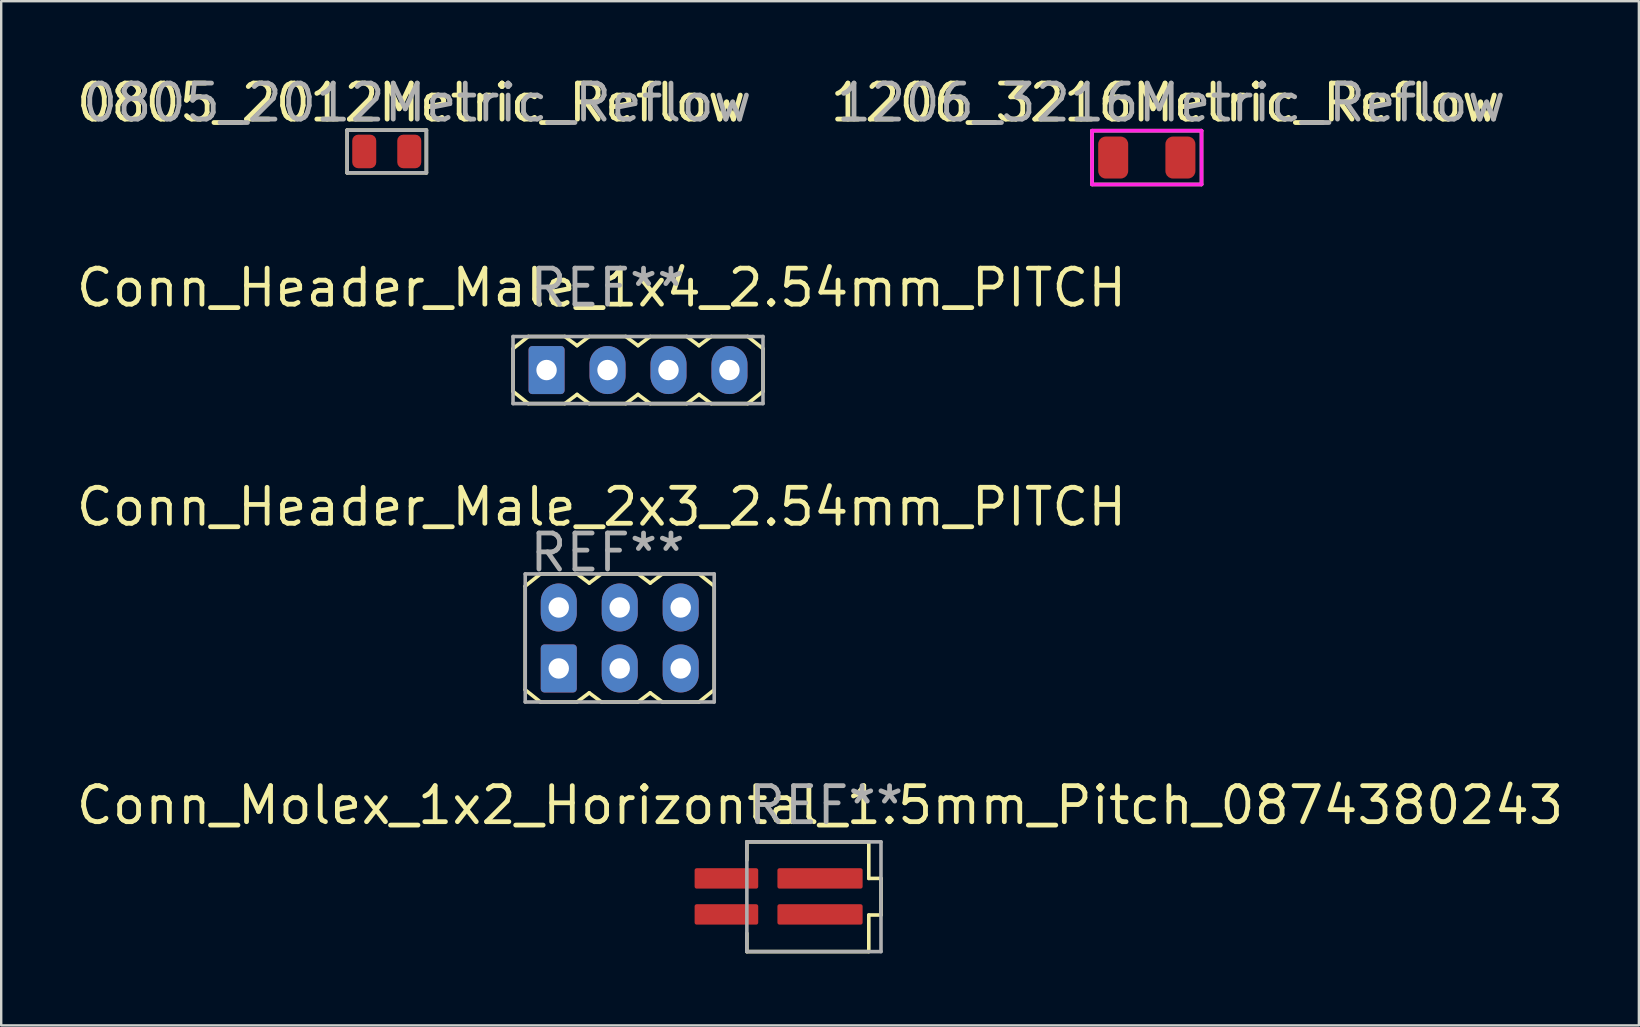
<source format=kicad_pcb>
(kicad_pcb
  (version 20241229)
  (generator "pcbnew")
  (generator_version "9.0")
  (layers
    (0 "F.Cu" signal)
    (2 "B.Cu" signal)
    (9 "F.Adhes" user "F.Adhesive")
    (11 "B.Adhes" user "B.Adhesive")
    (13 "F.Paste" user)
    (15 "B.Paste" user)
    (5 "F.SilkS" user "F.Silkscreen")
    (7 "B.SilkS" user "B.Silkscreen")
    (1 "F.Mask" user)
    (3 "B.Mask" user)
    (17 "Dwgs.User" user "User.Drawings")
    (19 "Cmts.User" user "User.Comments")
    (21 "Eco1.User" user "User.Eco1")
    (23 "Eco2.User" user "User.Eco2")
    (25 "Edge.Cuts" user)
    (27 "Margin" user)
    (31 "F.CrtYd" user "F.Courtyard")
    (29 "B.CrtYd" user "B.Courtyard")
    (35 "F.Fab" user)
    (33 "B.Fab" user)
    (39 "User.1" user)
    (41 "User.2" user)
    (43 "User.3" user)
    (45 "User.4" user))
  (footprint "0805_2012Metric_Reflow"
    (layer "F.Cu")
    (at 13.063 3.26)
    (property "Reference" "0805_2012Metric_Reflow" (at 1.016 -2.032 0) (layer "F.SilkS") (effects (font (size 1.5 1.5) (thickness 0.2))))
    (attr smd)
    (fp_line (start -1.651 -0.889) (end 1.651 -0.889) (stroke (width 0.15) (type solid)) (layer "F.SilkS"))
    (fp_line (start -1.651 0.889) (end -1.651 -0.889) (stroke (width 0.15) (type solid)) (layer "F.SilkS"))
    (fp_line (start 1.651 -0.889) (end 1.651 0.889) (stroke (width 0.15) (type solid)) (layer "F.SilkS"))
    (fp_line (start 1.651 0.889) (end -1.651 0.889) (stroke (width 0.15) (type solid)) (layer "F.SilkS"))
    (fp_line (start -1.651 -0.889) (end 1.651 -0.889) (stroke (width 0.15) (type solid)) (layer "F.Fab"))
    (fp_line (start -1.651 0.889) (end -1.651 -0.889) (stroke (width 0.15) (type solid)) (layer "F.Fab"))
    (fp_line (start 1.651 -0.889) (end 1.651 0.889) (stroke (width 0.15) (type solid)) (layer "F.Fab"))
    (fp_line (start 1.651 0.889) (end -1.651 0.889) (stroke (width 0.15) (type solid)) (layer "F.Fab"))
    (fp_text user "${REFERENCE}" (at 1.27 -2.032 0) (layer "F.Fab") (effects (font (size 1.5 1.5) (thickness 0.2))))
    (pad "1" smd roundrect (at -0.938 0) (size 1 1.4) (layers "F.Cu" "F.Mask" "F.Paste") (roundrect_rratio 0.25))
    (pad "2" smd roundrect (at 0.938 0) (size 1 1.4) (layers "F.Cu" "F.Mask" "F.Paste") (roundrect_rratio 0.25)))
  (footprint "Conn_Molex_1x2_Horizontal_1.5mm_Pitch_0874380243"
    (layer "F.Cu")
    (at 31.114 33.547)
    (property "Reference" "Conn_Molex_1x2_Horizontal_1.5mm_Pitch_0874380243" (at 0 -3.048 0) (layer "F.SilkS") (effects (font (size 1.5 1.5) (thickness 0.2))))
    (attr through_hole)
    (fp_line (start -3.048 -1.524) (end -3.048 -0.762) (stroke (width 0.15) (type solid)) (layer "F.SilkS"))
    (fp_line (start -3.048 3.048) (end -3.048 2.286) (stroke (width 0.15) (type solid)) (layer "F.SilkS"))
    (fp_line (start 2.032 -1.524) (end -3.048 -1.524) (stroke (width 0.15) (type solid)) (layer "F.SilkS"))
    (fp_line (start 2.032 0) (end 2.032 -1.524) (stroke (width 0.15) (type solid)) (layer "F.SilkS"))
    (fp_line (start 2.032 1.524) (end 2.032 3.048) (stroke (width 0.15) (type solid)) (layer "F.SilkS"))
    (fp_line (start 2.032 3.048) (end -3.048 3.048) (stroke (width 0.15) (type solid)) (layer "F.SilkS"))
    (fp_line (start 2.54 0) (end 2.032 0) (stroke (width 0.15) (type solid)) (layer "F.SilkS"))
    (fp_line (start 2.54 0) (end 2.54 1.524) (stroke (width 0.15) (type solid)) (layer "F.SilkS"))
    (fp_line (start 2.54 1.524) (end 2.032 1.524) (stroke (width 0.15) (type solid)) (layer "F.SilkS"))
    (fp_line (start -3.048 -1.524) (end -3.048 3.048) (stroke (width 0.15) (type solid)) (layer "F.Fab"))
    (fp_line (start -3.048 3.048) (end 2.54 3.048) (stroke (width 0.15) (type solid)) (layer "F.Fab"))
    (fp_line (start 2.54 -1.524) (end -3.048 -1.524) (stroke (width 0.15) (type solid)) (layer "F.Fab"))
    (fp_line (start 2.54 3.048) (end 2.54 -1.524) (stroke (width 0.15) (type solid)) (layer "F.Fab"))
    (fp_text user "REF**" (at 0.254 -3.048 0) (layer "F.Fab") (effects (font (size 1.5 1.5) (thickness 0.2))))
    (pad "" smd roundrect (at 0 0) (size 3.55 0.85) (layers "F.Cu" "F.Mask" "F.Paste") (roundrect_rratio 0.1))
    (pad "" smd roundrect (at 0 1.5) (size 3.55 0.85) (layers "F.Cu" "F.Mask" "F.Paste") (roundrect_rratio 0.1))
    (pad "1" smd roundrect (at -3.9 1.5) (size 2.65 0.85) (layers "F.Cu" "F.Mask" "F.Paste") (roundrect_rratio 0.1))
    (pad "2" smd roundrect (at -3.9 0) (size 2.65 0.85) (layers "F.Cu" "F.Mask" "F.Paste") (roundrect_rratio 0.1)))
  (footprint "Conn_Header_Male_2x3_2.54mm_PITCH"
    (layer "F.Cu")
    (at 20.229 22.259)
    (property "Reference" "Conn_Header_Male_2x3_2.54mm_PITCH" (at 1.778 -4.191 0) (layer "F.SilkS") (effects (font (size 1.5 1.5) (thickness 0.2))))
    (attr through_hole)
    (fp_line (start -1.397 -0.889) (end -1.397 3.429) (stroke (width 0.15) (type solid)) (layer "F.SilkS"))
    (fp_line (start -1.397 -0.889) (end -0.762 -1.397) (stroke (width 0.15) (type solid)) (layer "F.SilkS"))
    (fp_line (start -1.397 3.429) (end -0.762 3.937) (stroke (width 0.15) (type solid)) (layer "F.SilkS"))
    (fp_line (start -0.762 -1.397) (end 0.762 -1.397) (stroke (width 0.15) (type solid)) (layer "F.SilkS"))
    (fp_line (start 0.762 3.937) (end -0.762 3.937) (stroke (width 0.15) (type solid)) (layer "F.SilkS"))
    (fp_line (start 1.27 -1.016) (end 0.762 -1.397) (stroke (width 0.15) (type solid)) (layer "F.SilkS"))
    (fp_line (start 1.27 -1.016) (end 1.778 -1.397) (stroke (width 0.15) (type solid)) (layer "F.SilkS"))
    (fp_line (start 1.27 3.556) (end 0.762 3.937) (stroke (width 0.15) (type solid)) (layer "F.SilkS"))
    (fp_line (start 1.27 3.556) (end 1.778 3.937) (stroke (width 0.15) (type solid)) (layer "F.SilkS"))
    (fp_line (start 1.778 -1.397) (end 3.302 -1.397) (stroke (width 0.15) (type solid)) (layer "F.SilkS"))
    (fp_line (start 3.302 3.937) (end 1.778 3.937) (stroke (width 0.15) (type solid)) (layer "F.SilkS"))
    (fp_line (start 3.81 -1.016) (end 3.302 -1.397) (stroke (width 0.15) (type solid)) (layer "F.SilkS"))
    (fp_line (start 3.81 -1.016) (end 4.318 -1.397) (stroke (width 0.15) (type solid)) (layer "F.SilkS"))
    (fp_line (start 3.81 3.556) (end 3.302 3.937) (stroke (width 0.15) (type solid)) (layer "F.SilkS"))
    (fp_line (start 3.81 3.556) (end 4.318 3.937) (stroke (width 0.15) (type solid)) (layer "F.SilkS"))
    (fp_line (start 4.318 -1.397) (end 5.842 -1.397) (stroke (width 0.15) (type solid)) (layer "F.SilkS"))
    (fp_line (start 5.842 3.937) (end 4.318 3.937) (stroke (width 0.15) (type solid)) (layer "F.SilkS"))
    (fp_line (start 6.477 -0.889) (end 5.842 -1.397) (stroke (width 0.15) (type solid)) (layer "F.SilkS"))
    (fp_line (start 6.477 -0.889) (end 6.477 3.429) (stroke (width 0.15) (type solid)) (layer "F.SilkS"))
    (fp_line (start 6.477 3.429) (end 5.842 3.937) (stroke (width 0.15) (type solid)) (layer "F.SilkS"))
    (fp_line (start -1.397 -1.397) (end -1.397 3.937) (stroke (width 0.15) (type solid)) (layer "F.Fab"))
    (fp_line (start -1.397 3.937) (end 6.477 3.937) (stroke (width 0.15) (type solid)) (layer "F.Fab"))
    (fp_line (start 6.477 -1.397) (end -1.397 -1.397) (stroke (width 0.15) (type solid)) (layer "F.Fab"))
    (fp_line (start 6.477 3.937) (end 6.477 -1.397) (stroke (width 0.15) (type solid)) (layer "F.Fab"))
    (fp_text user "REF**" (at 2.032 -2.286 0) (layer "F.Fab") (effects (font (size 1.5 1.5) (thickness 0.2))))
    (pad "1" thru_hole roundrect (at 0 2.54) (size 1.5 2) (drill 0.85) (layers "*.Cu" "*.Mask") (roundrect_rratio 0.1))
    (pad "2" thru_hole oval (at 0 0) (size 1.5 2) (drill 0.85) (layers "*.Cu" "*.Mask"))
    (pad "3" thru_hole oval (at 2.54 2.54) (size 1.5 2) (drill 0.85) (layers "*.Cu" "*.Mask"))
    (pad "4" thru_hole oval (at 2.54 0) (size 1.5 2) (drill 0.85) (layers "*.Cu" "*.Mask"))
    (pad "5" thru_hole oval (at 5.08 2.54) (size 1.5 2) (drill 0.85) (layers "*.Cu" "*.Mask"))
    (pad "6" thru_hole oval (at 5.08 0) (size 1.5 2) (drill 0.85) (layers "*.Cu" "*.Mask")))
  (footprint "1206_3216Metric_Reflow"
    (layer "F.Cu")
    (at 44.728 3.514)
    (property "Reference" "1206_3216Metric_Reflow" (at 0.762 -2.286 0) (layer "F.SilkS") (effects (font (size 1.5 1.5) (thickness 0.2))))
    (attr smd)
    (fp_line (start -2.28 -1.12) (end 2.28 -1.12) (stroke (width 0.15) (type solid)) (layer "F.SilkS"))
    (fp_line (start -2.28 1.12) (end -2.28 -1.12) (stroke (width 0.15) (type solid)) (layer "F.SilkS"))
    (fp_line (start 2.28 -1.12) (end 2.28 1.12) (stroke (width 0.15) (type solid)) (layer "F.SilkS"))
    (fp_line (start 2.28 1.12) (end -2.28 1.12) (stroke (width 0.15) (type solid)) (layer "F.SilkS"))
    (fp_line (start -2.28 -1.12) (end 2.28 -1.12) (stroke (width 0.15) (type solid)) (layer "F.CrtYd"))
    (fp_line (start -2.28 1.12) (end -2.28 -1.12) (stroke (width 0.15) (type solid)) (layer "F.CrtYd"))
    (fp_line (start 2.28 -1.12) (end 2.28 1.12) (stroke (width 0.15) (type solid)) (layer "F.CrtYd"))
    (fp_line (start 2.28 1.12) (end -2.28 1.12) (stroke (width 0.15) (type solid)) (layer "F.CrtYd"))
    (fp_text user "${REFERENCE}" (at 1.016 -2.286 0) (layer "F.Fab") (effects (font (size 1.5 1.5) (thickness 0.2))))
    (pad "1" smd roundrect (at -1.4 0) (size 1.25 1.75) (layers "F.Cu" "F.Mask" "F.Paste") (roundrect_rratio 0.25))
    (pad "2" smd roundrect (at 1.4 0) (size 1.25 1.75) (layers "F.Cu" "F.Mask" "F.Paste") (roundrect_rratio 0.25)))
  (footprint "Conn_Header_Male_1x4_2.54mm_PITCH"
    (layer "F.Cu")
    (at 19.721 12.367)
    (property "Reference" "Conn_Header_Male_1x4_2.54mm_PITCH" (at 2.286 -3.429 0) (layer "F.SilkS") (effects (font (size 1.5 1.5) (thickness 0.2))))
    (attr through_hole)
    (fp_line (start -1.397 -0.889) (end -1.397 0.889) (stroke (width 0.15) (type solid)) (layer "F.SilkS"))
    (fp_line (start -1.397 -0.889) (end -0.762 -1.397) (stroke (width 0.15) (type solid)) (layer "F.SilkS"))
    (fp_line (start -1.397 0.889) (end -0.762 1.397) (stroke (width 0.15) (type solid)) (layer "F.SilkS"))
    (fp_line (start -0.762 -1.397) (end 0.762 -1.397) (stroke (width 0.15) (type solid)) (layer "F.SilkS"))
    (fp_line (start -0.762 1.397) (end 0.762 1.397) (stroke (width 0.15) (type solid)) (layer "F.SilkS"))
    (fp_line (start 1.27 -1.016) (end 0.762 -1.397) (stroke (width 0.15) (type solid)) (layer "F.SilkS"))
    (fp_line (start 1.27 -1.016) (end 1.778 -1.397) (stroke (width 0.15) (type solid)) (layer "F.SilkS"))
    (fp_line (start 1.27 1.016) (end 0.762 1.397) (stroke (width 0.15) (type solid)) (layer "F.SilkS"))
    (fp_line (start 1.27 1.016) (end 1.778 1.397) (stroke (width 0.15) (type solid)) (layer "F.SilkS"))
    (fp_line (start 1.778 -1.397) (end 3.302 -1.397) (stroke (width 0.15) (type solid)) (layer "F.SilkS"))
    (fp_line (start 1.778 1.397) (end 3.302 1.397) (stroke (width 0.15) (type solid)) (layer "F.SilkS"))
    (fp_line (start 3.81 -1.016) (end 3.302 -1.397) (stroke (width 0.15) (type solid)) (layer "F.SilkS"))
    (fp_line (start 3.81 -1.016) (end 4.318 -1.397) (stroke (width 0.15) (type solid)) (layer "F.SilkS"))
    (fp_line (start 3.81 1.016) (end 3.302 1.397) (stroke (width 0.15) (type solid)) (layer "F.SilkS"))
    (fp_line (start 3.81 1.016) (end 4.318 1.397) (stroke (width 0.15) (type solid)) (layer "F.SilkS"))
    (fp_line (start 4.318 -1.397) (end 5.842 -1.397) (stroke (width 0.15) (type solid)) (layer "F.SilkS"))
    (fp_line (start 4.318 1.397) (end 5.842 1.397) (stroke (width 0.15) (type solid)) (layer "F.SilkS"))
    (fp_line (start 6.35 -1.016) (end 5.842 -1.397) (stroke (width 0.15) (type solid)) (layer "F.SilkS"))
    (fp_line (start 6.35 -1.016) (end 6.858 -1.397) (stroke (width 0.15) (type solid)) (layer "F.SilkS"))
    (fp_line (start 6.35 1.016) (end 5.842 1.397) (stroke (width 0.15) (type solid)) (layer "F.SilkS"))
    (fp_line (start 6.35 1.016) (end 6.858 1.397) (stroke (width 0.15) (type solid)) (layer "F.SilkS"))
    (fp_line (start 6.858 -1.397) (end 8.382 -1.397) (stroke (width 0.15) (type solid)) (layer "F.SilkS"))
    (fp_line (start 6.858 1.397) (end 8.382 1.397) (stroke (width 0.15) (type solid)) (layer "F.SilkS"))
    (fp_line (start 9.017 -0.889) (end 8.382 -1.397) (stroke (width 0.15) (type solid)) (layer "F.SilkS"))
    (fp_line (start 9.017 -0.889) (end 9.017 0.889) (stroke (width 0.15) (type solid)) (layer "F.SilkS"))
    (fp_line (start 9.017 0.889) (end 8.382 1.397) (stroke (width 0.15) (type solid)) (layer "F.SilkS"))
    (fp_line (start -1.397 -1.397) (end -1.397 1.397) (stroke (width 0.15) (type solid)) (layer "F.Fab"))
    (fp_line (start -1.397 1.397) (end 9.017 1.397) (stroke (width 0.15) (type solid)) (layer "F.Fab"))
    (fp_line (start 9.017 -1.397) (end -1.397 -1.397) (stroke (width 0.15) (type solid)) (layer "F.Fab"))
    (fp_line (start 9.017 1.397) (end 9.017 -1.397) (stroke (width 0.15) (type solid)) (layer "F.Fab"))
    (fp_text user "REF**" (at 2.54 -3.429 0) (layer "F.Fab") (effects (font (size 1.5 1.5) (thickness 0.2))))
    (pad "1" thru_hole roundrect (at 0 0) (size 1.5 2) (drill 0.85) (layers "*.Cu" "*.Mask") (roundrect_rratio 0.1))
    (pad "2" thru_hole oval (at 2.54 0) (size 1.5 2) (drill 0.85) (layers "*.Cu" "*.Mask"))
    (pad "3" thru_hole oval (at 5.08 0) (size 1.5 2) (drill 0.85) (layers "*.Cu" "*.Mask"))
    (pad "4" thru_hole oval (at 7.62 0) (size 1.5 2) (drill 0.85) (layers "*.Cu" "*.Mask")))
  (gr_rect
    (start -3 -3)
    (end 65.229 39.67)
    (stroke (width 0.1) (type default))
    (fill no)
    (layer "Edge.Cuts")))
</source>
